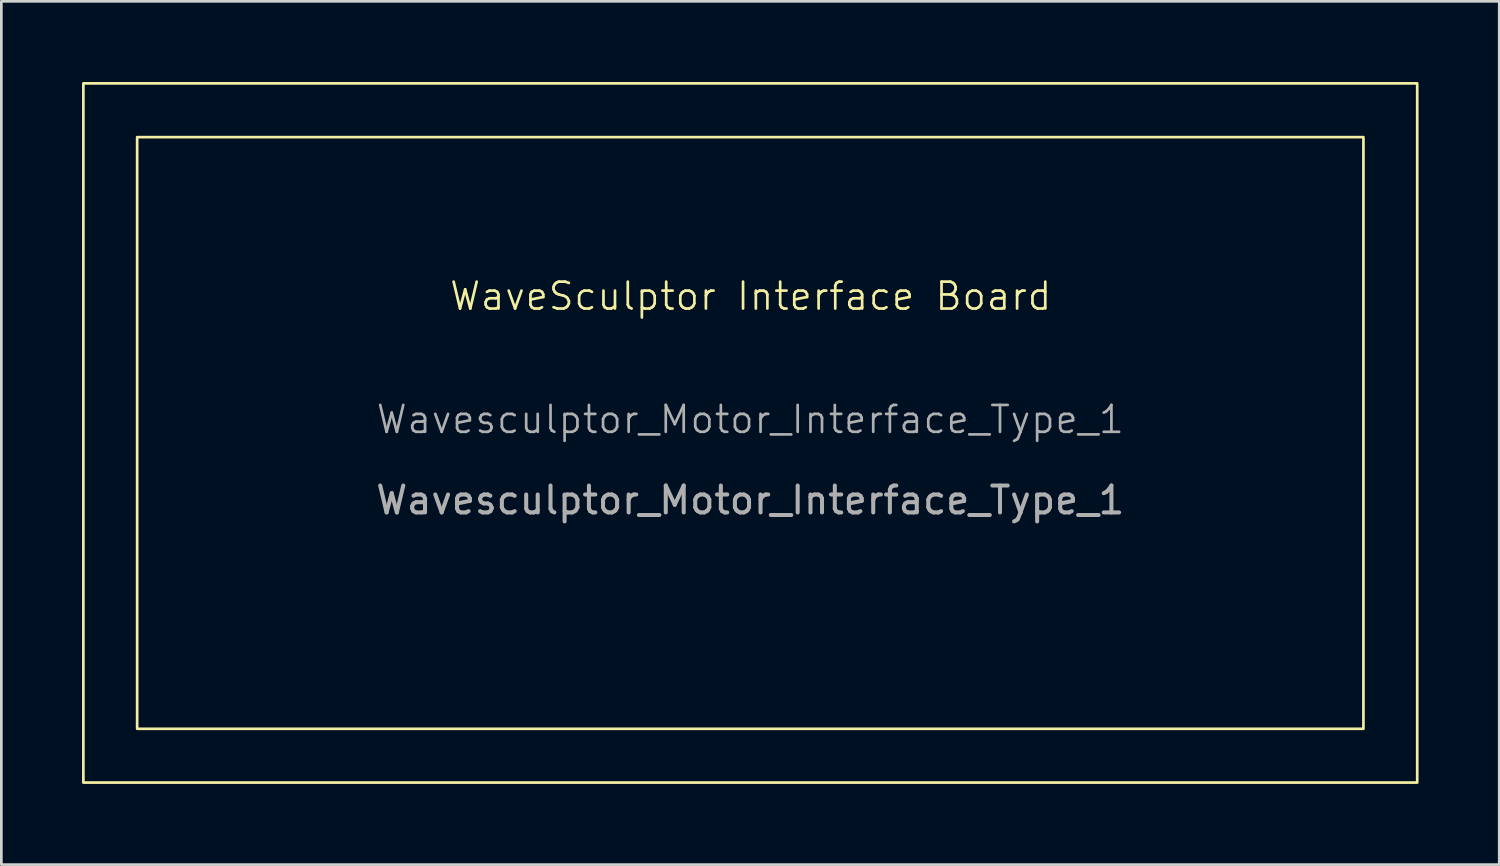
<source format=kicad_pcb>
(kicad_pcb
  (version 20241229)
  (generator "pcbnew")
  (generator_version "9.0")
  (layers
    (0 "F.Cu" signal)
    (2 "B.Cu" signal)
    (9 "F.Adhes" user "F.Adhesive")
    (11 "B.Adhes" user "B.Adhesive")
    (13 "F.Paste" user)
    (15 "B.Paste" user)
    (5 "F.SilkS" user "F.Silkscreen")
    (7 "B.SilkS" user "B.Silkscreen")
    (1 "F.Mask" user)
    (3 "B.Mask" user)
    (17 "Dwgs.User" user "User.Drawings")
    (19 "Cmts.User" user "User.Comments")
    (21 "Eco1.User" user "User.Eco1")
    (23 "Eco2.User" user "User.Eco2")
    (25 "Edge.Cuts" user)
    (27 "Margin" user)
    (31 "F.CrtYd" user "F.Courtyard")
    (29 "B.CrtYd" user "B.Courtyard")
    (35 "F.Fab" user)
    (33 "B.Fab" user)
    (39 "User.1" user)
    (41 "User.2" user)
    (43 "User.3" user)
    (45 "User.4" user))
  (footprint "Wavesculptor_Motor_Interface_Type_1"
    (layer "F.Cu")
    (at 24.85 13.05)
    (property "Reference" "Wavesculptor_Motor_Interface_Type_1" (at 0 -0.5 0) (unlocked yes) (layer "F.Fab") (effects (font (size 1 1) (thickness 0.1))))
    (attr smd)
    (fp_rect (start -24.8 -13) (end 24.8 13) (stroke (width 0.1) (type default)) (fill no) (layer "F.SilkS"))
    (fp_rect (start -22.8 -11) (end 22.8 11) (stroke (width 0.1) (type default)) (fill no) (layer "F.SilkS"))
    (fp_text user "WaveSculptor Interface Board" (at -11.24 -4.5 0) (unlocked yes) (layer "F.SilkS") (effects (font (size 1 1) (thickness 0.1)) (justify left bottom)))
    (fp_text user "${REFERENCE}" (at 0 2.5 0) (unlocked yes) (layer "F.Fab") (effects (font (size 1 1) (thickness 0.15)))))
  (gr_rect
    (start -3 -3)
    (end 52.7 29.1)
    (stroke (width 0.1) (type default))
    (fill no)
    (layer "Edge.Cuts")))
</source>
